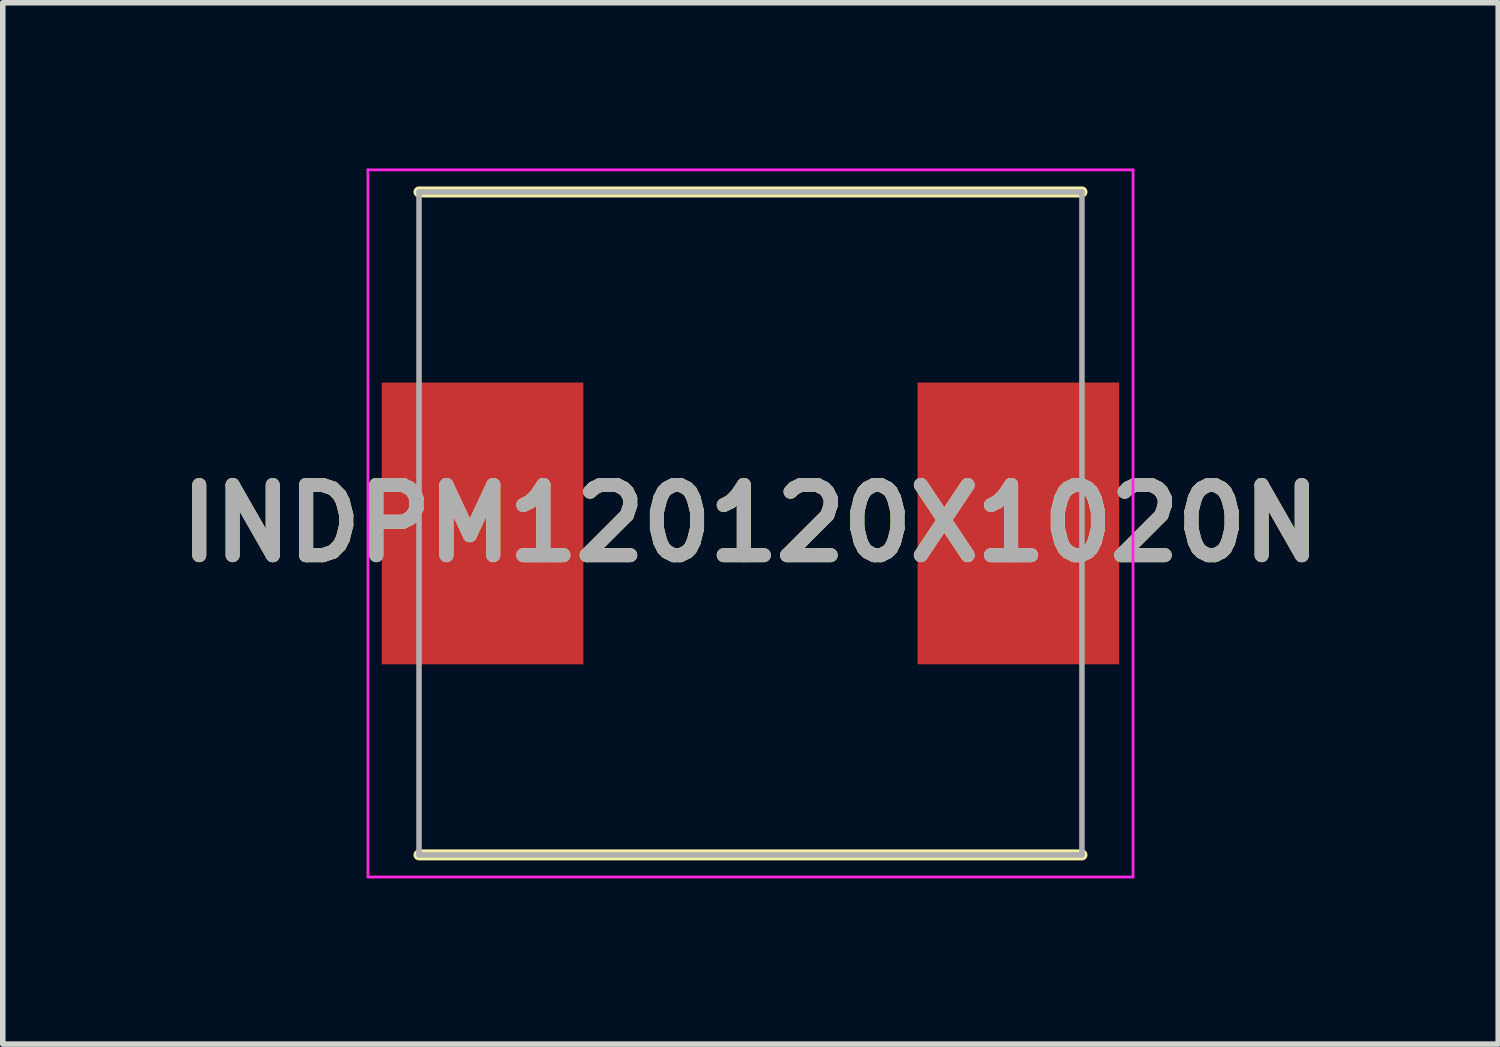
<source format=kicad_pcb>
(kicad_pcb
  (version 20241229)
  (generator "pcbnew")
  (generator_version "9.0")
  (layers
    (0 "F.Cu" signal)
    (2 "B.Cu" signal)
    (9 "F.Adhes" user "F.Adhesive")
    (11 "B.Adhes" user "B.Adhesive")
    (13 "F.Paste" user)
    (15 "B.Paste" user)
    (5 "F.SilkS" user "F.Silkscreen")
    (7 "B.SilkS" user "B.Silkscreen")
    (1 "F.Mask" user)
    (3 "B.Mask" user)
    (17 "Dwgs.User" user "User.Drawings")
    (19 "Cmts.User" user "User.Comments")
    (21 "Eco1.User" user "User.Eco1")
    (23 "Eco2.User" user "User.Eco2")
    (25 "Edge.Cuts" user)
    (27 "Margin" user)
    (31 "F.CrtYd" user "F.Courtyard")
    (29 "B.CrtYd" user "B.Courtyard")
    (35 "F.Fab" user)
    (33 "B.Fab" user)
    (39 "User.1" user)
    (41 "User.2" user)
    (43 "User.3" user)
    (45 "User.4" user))
  (footprint "INDPM120120X1020N"
    (layer "F.Cu")
    (at 10.535 6.425)
    (property "Reference" "INDPM120120X1020N" (at 0 0 0) (layer "F.SilkS") (effects (font (size 1.27 1.27) (thickness 0.254))))
    (attr smd)
    (fp_line (start -6 6) (end 6 6) (stroke (width 0.2) (type solid)) (layer "F.SilkS"))
    (fp_line (start 6 -6) (end -6 -6) (stroke (width 0.2) (type solid)) (layer "F.SilkS"))
    (fp_line (start -6.925 -6.4) (end 6.925 -6.4) (stroke (width 0.05) (type solid)) (layer "F.CrtYd"))
    (fp_line (start -6.925 6.4) (end -6.925 -6.4) (stroke (width 0.05) (type solid)) (layer "F.CrtYd"))
    (fp_line (start 6.925 -6.4) (end 6.925 6.4) (stroke (width 0.05) (type solid)) (layer "F.CrtYd"))
    (fp_line (start 6.925 6.4) (end -6.925 6.4) (stroke (width 0.05) (type solid)) (layer "F.CrtYd"))
    (fp_line (start -6 -6) (end 6 -6) (stroke (width 0.1) (type solid)) (layer "F.Fab"))
    (fp_line (start -6 6) (end -6 -6) (stroke (width 0.1) (type solid)) (layer "F.Fab"))
    (fp_line (start 6 -6) (end 6 6) (stroke (width 0.1) (type solid)) (layer "F.Fab"))
    (fp_line (start 6 6) (end -6 6) (stroke (width 0.1) (type solid)) (layer "F.Fab"))
    (fp_text user "${REFERENCE}" (at 0 0 0) (layer "F.Fab") (effects (font (size 1.27 1.27) (thickness 0.254))))
    (pad "1" smd rect (at -4.85 0) (size 3.65 5.1) (layers "F.Cu" "F.Mask" "F.Paste"))
    (pad "2" smd rect (at 4.85 0) (size 3.65 5.1) (layers "F.Cu" "F.Mask" "F.Paste")))
  (gr_rect
    (start -3 -3)
    (end 24.07 15.85)
    (stroke (width 0.1) (type default))
    (fill no)
    (layer "Edge.Cuts")))
</source>
